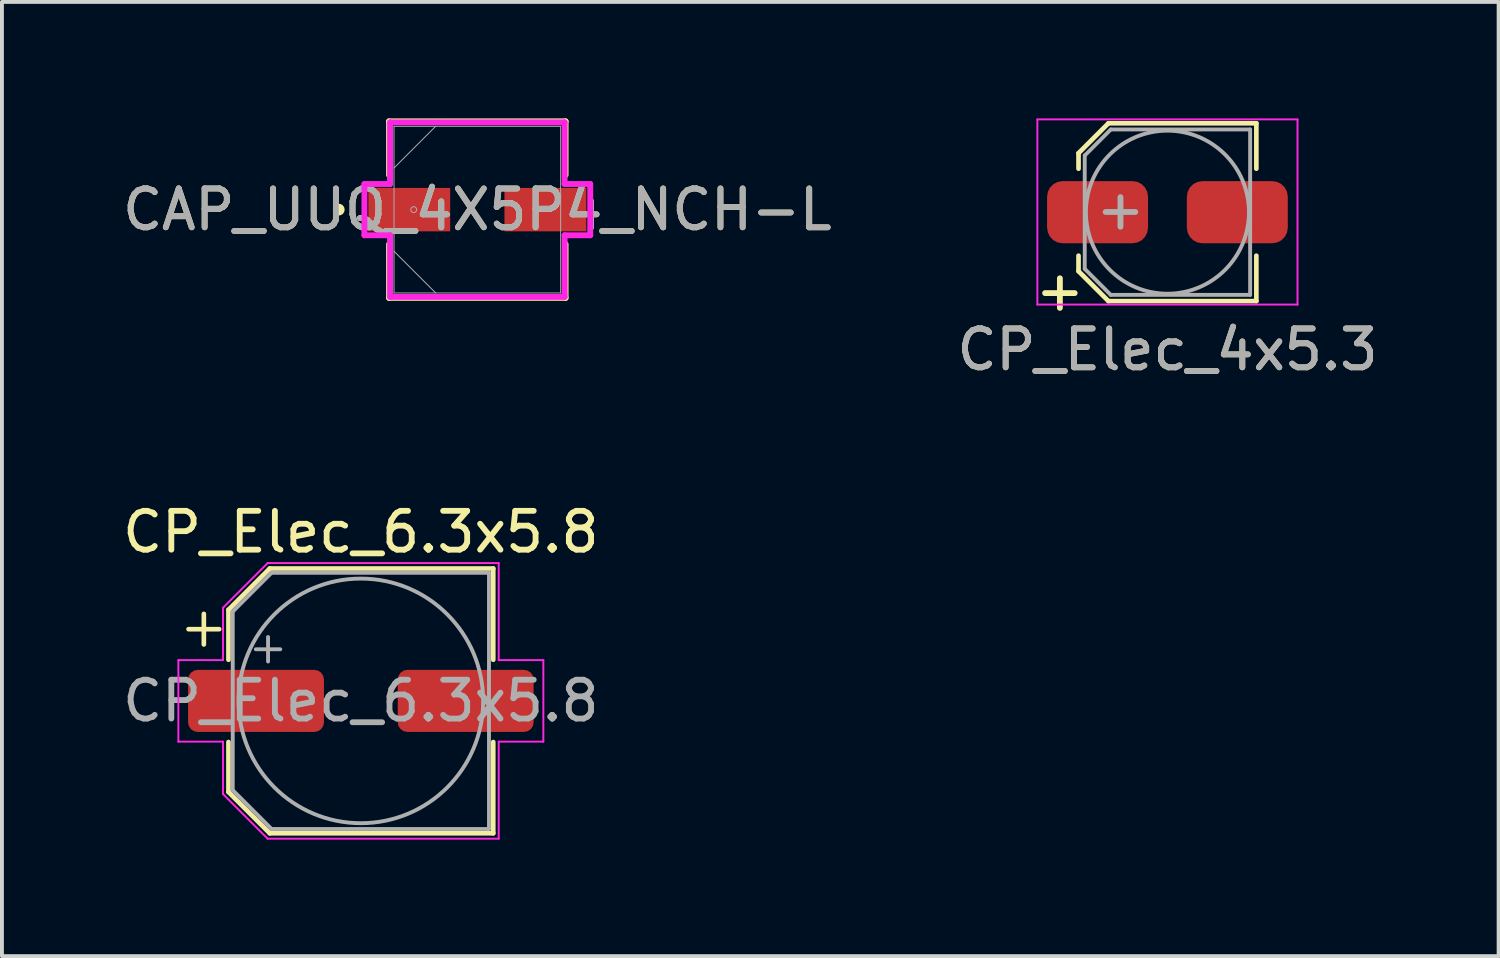
<source format=kicad_pcb>
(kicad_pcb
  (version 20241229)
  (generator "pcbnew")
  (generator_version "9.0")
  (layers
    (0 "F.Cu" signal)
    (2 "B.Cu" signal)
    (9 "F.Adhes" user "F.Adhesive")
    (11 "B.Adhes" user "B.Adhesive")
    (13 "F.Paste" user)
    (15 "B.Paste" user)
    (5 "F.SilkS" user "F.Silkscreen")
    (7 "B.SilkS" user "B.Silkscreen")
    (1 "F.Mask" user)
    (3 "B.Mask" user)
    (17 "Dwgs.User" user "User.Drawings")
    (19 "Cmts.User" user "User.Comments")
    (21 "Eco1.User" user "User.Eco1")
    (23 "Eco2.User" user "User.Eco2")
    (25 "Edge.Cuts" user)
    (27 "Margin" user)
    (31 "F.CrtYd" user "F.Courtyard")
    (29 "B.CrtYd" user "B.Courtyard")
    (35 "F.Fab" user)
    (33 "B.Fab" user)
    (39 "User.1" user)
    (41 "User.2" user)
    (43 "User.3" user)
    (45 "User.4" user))
  (footprint "CAP_UUQ_4X5P4_NCH-L"
    (layer "F.Cu")
    (at 9.244 2.349)
    (property "Reference" "CAP_UUQ_4X5P4_NCH-L" (at 0 0 0) (unlocked yes) (layer "F.SilkS") (effects (font (size 1 1) (thickness 0.15))))
    (attr smd)
    (fp_line (start -2.273 -2.273) (end -2.273 -0.892) (stroke (width 0.152) (type solid)) (layer "F.SilkS"))
    (fp_line (start -2.273 0.892) (end -2.273 2.273) (stroke (width 0.152) (type solid)) (layer "F.SilkS"))
    (fp_line (start -2.273 2.273) (end 2.273 2.273) (stroke (width 0.152) (type solid)) (layer "F.SilkS"))
    (fp_line (start 2.273 -2.273) (end -2.273 -2.273) (stroke (width 0.152) (type solid)) (layer "F.SilkS"))
    (fp_line (start 2.273 -0.892) (end 2.273 -2.273) (stroke (width 0.152) (type solid)) (layer "F.SilkS"))
    (fp_line (start 2.273 2.273) (end 2.273 0.892) (stroke (width 0.152) (type solid)) (layer "F.SilkS"))
    (fp_circle (center -3.569 0) (end -3.493 0) (stroke (width 0.152) (type solid)) (fill no) (layer "F.SilkS"))
    (fp_line (start -2.908 -0.66) (end -2.248 -0.66) (stroke (width 0.152) (type solid)) (layer "F.CrtYd"))
    (fp_line (start -2.908 0.66) (end -2.908 -0.66) (stroke (width 0.152) (type solid)) (layer "F.CrtYd"))
    (fp_line (start -2.248 -2.248) (end 2.248 -2.248) (stroke (width 0.152) (type solid)) (layer "F.CrtYd"))
    (fp_line (start -2.248 -0.66) (end -2.248 -2.248) (stroke (width 0.152) (type solid)) (layer "F.CrtYd"))
    (fp_line (start -2.248 0.66) (end -2.908 0.66) (stroke (width 0.152) (type solid)) (layer "F.CrtYd"))
    (fp_line (start -2.248 2.248) (end -2.248 0.66) (stroke (width 0.152) (type solid)) (layer "F.CrtYd"))
    (fp_line (start 2.248 -2.248) (end 2.248 -0.66) (stroke (width 0.152) (type solid)) (layer "F.CrtYd"))
    (fp_line (start 2.248 -0.66) (end 2.908 -0.66) (stroke (width 0.152) (type solid)) (layer "F.CrtYd"))
    (fp_line (start 2.248 0.66) (end 2.248 2.248) (stroke (width 0.152) (type solid)) (layer "F.CrtYd"))
    (fp_line (start 2.248 2.248) (end -2.248 2.248) (stroke (width 0.152) (type solid)) (layer "F.CrtYd"))
    (fp_line (start 2.908 -0.66) (end 2.908 0.66) (stroke (width 0.152) (type solid)) (layer "F.CrtYd"))
    (fp_line (start 2.908 0.66) (end 2.248 0.66) (stroke (width 0.152) (type solid)) (layer "F.CrtYd"))
    (fp_line (start -2.146 -2.146) (end -2.146 2.146) (stroke (width 0.025) (type solid)) (layer "F.Fab"))
    (fp_line (start -2.146 -1.073) (end -1.073 -2.146) (stroke (width 0.025) (type solid)) (layer "F.Fab"))
    (fp_line (start -2.146 1.073) (end -1.073 2.146) (stroke (width 0.025) (type solid)) (layer "F.Fab"))
    (fp_line (start -2.146 2.146) (end 2.146 2.146) (stroke (width 0.025) (type solid)) (layer "F.Fab"))
    (fp_line (start 2.146 -2.146) (end -2.146 -2.146) (stroke (width 0.025) (type solid)) (layer "F.Fab"))
    (fp_line (start 2.146 2.146) (end 2.146 -2.146) (stroke (width 0.025) (type solid)) (layer "F.Fab"))
    (fp_circle (center -1.638 0) (end -1.562 0) (stroke (width 0.025) (type solid)) (fill no) (layer "F.Fab"))
    (fp_text user "${REFERENCE}" (at 0 0 0) (unlocked yes) (layer "F.Fab") (effects (font (size 1 1) (thickness 0.15))))
    (pad "1" smd rect (at -1.753 0) (size 2.108 1.118) (layers "F.Cu" "F.Mask" "F.Paste"))
    (pad "2" smd rect (at 1.753 0) (size 2.108 1.118) (layers "F.Cu" "F.Mask" "F.Paste"))
    (zone (net_name "") (layer "F.Cu") (hatch full 0.508) (connect_pads) (min_thickness 0.254) (filled_areas_thickness no) (keepout (tracks not_allowed) (vias not_allowed) (pads allowed) (copperpour not_allowed) (footprints allowed)) (placement (enabled no)) (fill) (polygon (pts (xy 7.149 0.254) (xy 11.34 0.254) (xy 11.34 1.74) (xy 7.149 1.74))))
    (zone (net_name "") (layer "F.Cu") (hatch full 0.508) (connect_pads) (min_thickness 0.254) (filled_areas_thickness no) (keepout (tracks not_allowed) (vias not_allowed) (pads allowed) (copperpour not_allowed) (footprints allowed)) (placement (enabled no)) (fill) (polygon (pts (xy 7.149 2.959) (xy 11.34 2.959) (xy 11.34 4.445) (xy 7.149 4.445))))
    (zone (net_name "") (layer "F.Cu") (hatch full 0.508) (connect_pads) (min_thickness 0.254) (filled_areas_thickness no) (keepout (tracks not_allowed) (vias not_allowed) (pads allowed) (copperpour not_allowed) (footprints allowed)) (placement (enabled no)) (fill) (polygon (pts (xy 8.596 1.74) (xy 9.892 1.74) (xy 9.892 2.959) (xy 8.596 2.959)))))
  (footprint "CP_Elec_4x5.3"
    (layer "F.Cu")
    (at 27.018 2.415)
    (property "Reference" "CP_Elec_4x5.3" (at 0 3.54 0) (layer "F.SilkS") (effects (font (size 1 1) (thickness 0.15))))
    (attr smd)
    (fp_line (start -2.29 -1.52) (end -2.29 -1.12) (stroke (width 0.12) (type solid)) (layer "F.SilkS"))
    (fp_line (start -2.29 1.52) (end -2.29 1.12) (stroke (width 0.12) (type solid)) (layer "F.SilkS"))
    (fp_line (start -1.52 -2.29) (end -2.29 -1.52) (stroke (width 0.12) (type solid)) (layer "F.SilkS"))
    (fp_line (start -1.52 -2.29) (end 2.29 -2.29) (stroke (width 0.12) (type solid)) (layer "F.SilkS"))
    (fp_line (start -1.52 2.29) (end -2.29 1.52) (stroke (width 0.12) (type solid)) (layer "F.SilkS"))
    (fp_line (start -1.52 2.29) (end 2.29 2.29) (stroke (width 0.12) (type solid)) (layer "F.SilkS"))
    (fp_line (start 2.29 -2.29) (end 2.29 -1.12) (stroke (width 0.12) (type solid)) (layer "F.SilkS"))
    (fp_line (start 2.29 2.29) (end 2.29 1.12) (stroke (width 0.12) (type solid)) (layer "F.SilkS"))
    (fp_line (start -3.35 -2.39) (end -3.35 2.38) (stroke (width 0.05) (type solid)) (layer "F.CrtYd"))
    (fp_line (start -3.35 -2.39) (end 3.35 -2.39) (stroke (width 0.05) (type solid)) (layer "F.CrtYd"))
    (fp_line (start 3.35 2.38) (end -3.35 2.38) (stroke (width 0.05) (type solid)) (layer "F.CrtYd"))
    (fp_line (start 3.35 2.38) (end 3.35 -2.39) (stroke (width 0.05) (type solid)) (layer "F.CrtYd"))
    (fp_line (start -2.13 -1.46) (end -2.13 1.46) (stroke (width 0.1) (type solid)) (layer "F.Fab"))
    (fp_line (start -2.13 1.46) (end -1.46 2.13) (stroke (width 0.1) (type solid)) (layer "F.Fab"))
    (fp_line (start -1.46 -2.13) (end -2.13 -1.46) (stroke (width 0.1) (type solid)) (layer "F.Fab"))
    (fp_line (start -1.46 2.13) (end 2.13 2.13) (stroke (width 0.1) (type solid)) (layer "F.Fab"))
    (fp_line (start 2.13 -2.13) (end -1.46 -2.13) (stroke (width 0.1) (type solid)) (layer "F.Fab"))
    (fp_line (start 2.13 2.13) (end 2.13 -2.13) (stroke (width 0.1) (type solid)) (layer "F.Fab"))
    (fp_circle (center 0 0) (end 0 2.1) (stroke (width 0.1) (type solid)) (fill no) (layer "F.Fab"))
    (fp_text user "+" (at -2.77 2.01 0) (layer "F.SilkS") (effects (font (size 1 1) (thickness 0.15))))
    (fp_text user "+" (at -1.21 -0.08 0) (layer "F.Fab") (effects (font (size 1 1) (thickness 0.15))))
    (fp_text user "${REFERENCE}" (at 0 3.54 0) (layer "F.Fab") (effects (font (size 1 1) (thickness 0.15))))
    (pad "1" smd roundrect (at -1.8 0 180) (size 2.6 1.6) (layers "F.Cu" "F.Mask" "F.Paste") (roundrect_rratio 0.25))
    (pad "2" smd roundrect (at 1.8 0 180) (size 2.6 1.6) (layers "F.Cu" "F.Mask" "F.Paste") (roundrect_rratio 0.25)))
  (footprint "CP_Elec_6.3x5.8"
    (layer "F.Cu")
    (at 6.244 15.002)
    (property "Reference" "CP_Elec_6.3x5.8" (at 0 -4.35 0) (layer "F.SilkS") (effects (font (size 1 1) (thickness 0.15))))
    (attr smd)
    (fp_line (start -4.438 -1.847) (end -3.65 -1.847) (stroke (width 0.12) (type solid)) (layer "F.SilkS"))
    (fp_line (start -4.044 -2.241) (end -4.044 -1.454) (stroke (width 0.12) (type solid)) (layer "F.SilkS"))
    (fp_line (start -3.41 -2.346) (end -3.41 -1.06) (stroke (width 0.12) (type solid)) (layer "F.SilkS"))
    (fp_line (start -3.41 -2.346) (end -2.346 -3.41) (stroke (width 0.12) (type solid)) (layer "F.SilkS"))
    (fp_line (start -3.41 2.346) (end -3.41 1.06) (stroke (width 0.12) (type solid)) (layer "F.SilkS"))
    (fp_line (start -3.41 2.346) (end -2.346 3.41) (stroke (width 0.12) (type solid)) (layer "F.SilkS"))
    (fp_line (start -2.346 -3.41) (end 3.41 -3.41) (stroke (width 0.12) (type solid)) (layer "F.SilkS"))
    (fp_line (start -2.346 3.41) (end 3.41 3.41) (stroke (width 0.12) (type solid)) (layer "F.SilkS"))
    (fp_line (start 3.41 -3.41) (end 3.41 -1.06) (stroke (width 0.12) (type solid)) (layer "F.SilkS"))
    (fp_line (start 3.41 3.41) (end 3.41 1.06) (stroke (width 0.12) (type solid)) (layer "F.SilkS"))
    (fp_line (start -4.7 -1.05) (end -4.7 1.05) (stroke (width 0.05) (type solid)) (layer "F.CrtYd"))
    (fp_line (start -4.7 1.05) (end -3.55 1.05) (stroke (width 0.05) (type solid)) (layer "F.CrtYd"))
    (fp_line (start -3.55 -2.4) (end -3.55 -1.05) (stroke (width 0.05) (type solid)) (layer "F.CrtYd"))
    (fp_line (start -3.55 -2.4) (end -2.4 -3.55) (stroke (width 0.05) (type solid)) (layer "F.CrtYd"))
    (fp_line (start -3.55 -1.05) (end -4.7 -1.05) (stroke (width 0.05) (type solid)) (layer "F.CrtYd"))
    (fp_line (start -3.55 1.05) (end -3.55 2.4) (stroke (width 0.05) (type solid)) (layer "F.CrtYd"))
    (fp_line (start -3.55 2.4) (end -2.4 3.55) (stroke (width 0.05) (type solid)) (layer "F.CrtYd"))
    (fp_line (start -2.4 -3.55) (end 3.55 -3.55) (stroke (width 0.05) (type solid)) (layer "F.CrtYd"))
    (fp_line (start -2.4 3.55) (end 3.55 3.55) (stroke (width 0.05) (type solid)) (layer "F.CrtYd"))
    (fp_line (start 3.55 -3.55) (end 3.55 -1.05) (stroke (width 0.05) (type solid)) (layer "F.CrtYd"))
    (fp_line (start 3.55 -1.05) (end 4.7 -1.05) (stroke (width 0.05) (type solid)) (layer "F.CrtYd"))
    (fp_line (start 3.55 1.05) (end 3.55 3.55) (stroke (width 0.05) (type solid)) (layer "F.CrtYd"))
    (fp_line (start 4.7 -1.05) (end 4.7 1.05) (stroke (width 0.05) (type solid)) (layer "F.CrtYd"))
    (fp_line (start 4.7 1.05) (end 3.55 1.05) (stroke (width 0.05) (type solid)) (layer "F.CrtYd"))
    (fp_line (start -3.3 -2.3) (end -3.3 2.3) (stroke (width 0.1) (type solid)) (layer "F.Fab"))
    (fp_line (start -3.3 -2.3) (end -2.3 -3.3) (stroke (width 0.1) (type solid)) (layer "F.Fab"))
    (fp_line (start -3.3 2.3) (end -2.3 3.3) (stroke (width 0.1) (type solid)) (layer "F.Fab"))
    (fp_line (start -2.705 -1.33) (end -2.075 -1.33) (stroke (width 0.1) (type solid)) (layer "F.Fab"))
    (fp_line (start -2.39 -1.645) (end -2.39 -1.015) (stroke (width 0.1) (type solid)) (layer "F.Fab"))
    (fp_line (start -2.3 -3.3) (end 3.3 -3.3) (stroke (width 0.1) (type solid)) (layer "F.Fab"))
    (fp_line (start -2.3 3.3) (end 3.3 3.3) (stroke (width 0.1) (type solid)) (layer "F.Fab"))
    (fp_line (start 3.3 -3.3) (end 3.3 3.3) (stroke (width 0.1) (type solid)) (layer "F.Fab"))
    (fp_circle (center 0 0) (end 3.15 0) (stroke (width 0.1) (type solid)) (fill no) (layer "F.Fab"))
    (fp_text user "${REFERENCE}" (at 0 0 0) (layer "F.Fab") (effects (font (size 1 1) (thickness 0.15))))
    (pad "1" smd roundrect (at -2.7 0) (size 3.5 1.6) (layers "F.Cu" "F.Mask" "F.Paste") (roundrect_rratio 0.156))
    (pad "2" smd roundrect (at 2.7 0) (size 3.5 1.6) (layers "F.Cu" "F.Mask" "F.Paste") (roundrect_rratio 0.156)))
  (gr_rect
    (start -3 -3)
    (end 35.548 21.576)
    (stroke (width 0.1) (type default))
    (fill no)
    (layer "Edge.Cuts")))
</source>
